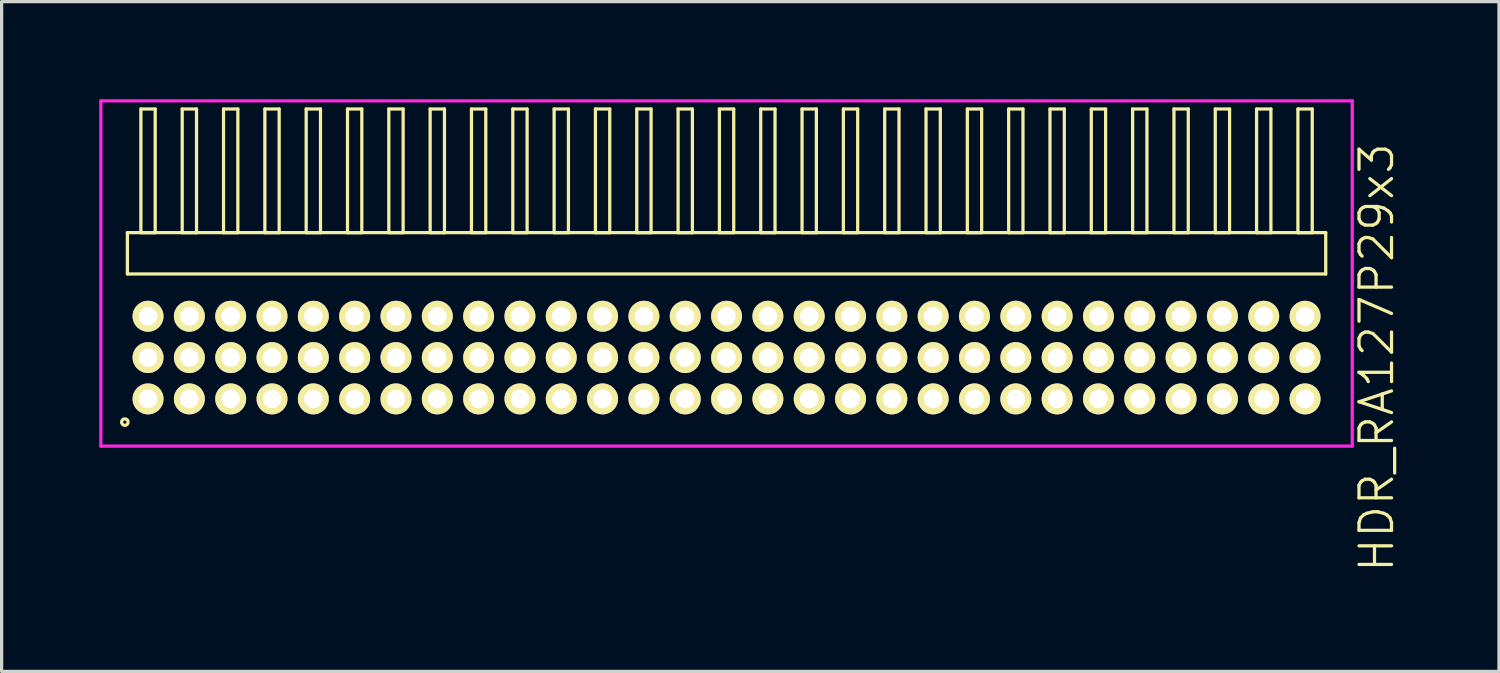
<source format=kicad_pcb>
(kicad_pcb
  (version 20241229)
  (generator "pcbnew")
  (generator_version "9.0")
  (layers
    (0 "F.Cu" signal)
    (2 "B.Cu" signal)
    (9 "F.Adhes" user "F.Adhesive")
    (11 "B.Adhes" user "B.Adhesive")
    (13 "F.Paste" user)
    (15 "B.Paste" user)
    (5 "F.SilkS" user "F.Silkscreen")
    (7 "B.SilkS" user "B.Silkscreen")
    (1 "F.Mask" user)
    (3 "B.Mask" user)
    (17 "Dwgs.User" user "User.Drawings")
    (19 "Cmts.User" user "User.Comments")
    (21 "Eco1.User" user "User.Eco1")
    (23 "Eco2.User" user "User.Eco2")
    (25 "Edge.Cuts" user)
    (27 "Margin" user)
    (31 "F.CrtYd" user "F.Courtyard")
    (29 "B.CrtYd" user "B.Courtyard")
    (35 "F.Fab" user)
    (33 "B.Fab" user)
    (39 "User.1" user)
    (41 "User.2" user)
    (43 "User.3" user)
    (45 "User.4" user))
  (footprint "HDR_RA127P29x3"
    (layer "F.Cu")
    (at 19.28 7.94)
    (property "Reference" "HDR_RA127P29x3" (at 19.98 0 90) (layer "F.SilkS") (effects (font (size 1 1) (thickness 0.1))))
    (attr through_hole)
    (fp_line (start -18.415 -3.84) (end -18.415 -2.57) (stroke (width 0.1) (type solid)) (layer "F.SilkS"))
    (fp_line (start -18.415 -2.57) (end 18.415 -2.57) (stroke (width 0.1) (type solid)) (layer "F.SilkS"))
    (fp_line (start -18 -7.64) (end -18 -3.84) (stroke (width 0.1) (type solid)) (layer "F.SilkS"))
    (fp_line (start -18 -3.84) (end -17.56 -3.84) (stroke (width 0.1) (type solid)) (layer "F.SilkS"))
    (fp_line (start -17.56 -7.64) (end -18 -7.64) (stroke (width 0.1) (type solid)) (layer "F.SilkS"))
    (fp_line (start -17.56 -3.84) (end -17.56 -7.64) (stroke (width 0.1) (type solid)) (layer "F.SilkS"))
    (fp_line (start -16.73 -7.64) (end -16.73 -3.84) (stroke (width 0.1) (type solid)) (layer "F.SilkS"))
    (fp_line (start -16.73 -3.84) (end -16.29 -3.84) (stroke (width 0.1) (type solid)) (layer "F.SilkS"))
    (fp_line (start -16.29 -7.64) (end -16.73 -7.64) (stroke (width 0.1) (type solid)) (layer "F.SilkS"))
    (fp_line (start -16.29 -3.84) (end -16.29 -7.64) (stroke (width 0.1) (type solid)) (layer "F.SilkS"))
    (fp_line (start -15.46 -7.64) (end -15.46 -3.84) (stroke (width 0.1) (type solid)) (layer "F.SilkS"))
    (fp_line (start -15.46 -3.84) (end -15.02 -3.84) (stroke (width 0.1) (type solid)) (layer "F.SilkS"))
    (fp_line (start -15.02 -7.64) (end -15.46 -7.64) (stroke (width 0.1) (type solid)) (layer "F.SilkS"))
    (fp_line (start -15.02 -3.84) (end -15.02 -7.64) (stroke (width 0.1) (type solid)) (layer "F.SilkS"))
    (fp_line (start -14.19 -7.64) (end -14.19 -3.84) (stroke (width 0.1) (type solid)) (layer "F.SilkS"))
    (fp_line (start -14.19 -3.84) (end -13.75 -3.84) (stroke (width 0.1) (type solid)) (layer "F.SilkS"))
    (fp_line (start -13.75 -7.64) (end -14.19 -7.64) (stroke (width 0.1) (type solid)) (layer "F.SilkS"))
    (fp_line (start -13.75 -3.84) (end -13.75 -7.64) (stroke (width 0.1) (type solid)) (layer "F.SilkS"))
    (fp_line (start -12.92 -7.64) (end -12.92 -3.84) (stroke (width 0.1) (type solid)) (layer "F.SilkS"))
    (fp_line (start -12.92 -3.84) (end -12.48 -3.84) (stroke (width 0.1) (type solid)) (layer "F.SilkS"))
    (fp_line (start -12.48 -7.64) (end -12.92 -7.64) (stroke (width 0.1) (type solid)) (layer "F.SilkS"))
    (fp_line (start -12.48 -3.84) (end -12.48 -7.64) (stroke (width 0.1) (type solid)) (layer "F.SilkS"))
    (fp_line (start -11.65 -7.64) (end -11.65 -3.84) (stroke (width 0.1) (type solid)) (layer "F.SilkS"))
    (fp_line (start -11.65 -3.84) (end -11.21 -3.84) (stroke (width 0.1) (type solid)) (layer "F.SilkS"))
    (fp_line (start -11.21 -7.64) (end -11.65 -7.64) (stroke (width 0.1) (type solid)) (layer "F.SilkS"))
    (fp_line (start -11.21 -3.84) (end -11.21 -7.64) (stroke (width 0.1) (type solid)) (layer "F.SilkS"))
    (fp_line (start -10.38 -7.64) (end -10.38 -3.84) (stroke (width 0.1) (type solid)) (layer "F.SilkS"))
    (fp_line (start -10.38 -3.84) (end -9.94 -3.84) (stroke (width 0.1) (type solid)) (layer "F.SilkS"))
    (fp_line (start -9.94 -7.64) (end -10.38 -7.64) (stroke (width 0.1) (type solid)) (layer "F.SilkS"))
    (fp_line (start -9.94 -3.84) (end -9.94 -7.64) (stroke (width 0.1) (type solid)) (layer "F.SilkS"))
    (fp_line (start -9.11 -7.64) (end -9.11 -3.84) (stroke (width 0.1) (type solid)) (layer "F.SilkS"))
    (fp_line (start -9.11 -3.84) (end -8.67 -3.84) (stroke (width 0.1) (type solid)) (layer "F.SilkS"))
    (fp_line (start -8.67 -7.64) (end -9.11 -7.64) (stroke (width 0.1) (type solid)) (layer "F.SilkS"))
    (fp_line (start -8.67 -3.84) (end -8.67 -7.64) (stroke (width 0.1) (type solid)) (layer "F.SilkS"))
    (fp_line (start -7.84 -7.64) (end -7.84 -3.84) (stroke (width 0.1) (type solid)) (layer "F.SilkS"))
    (fp_line (start -7.84 -3.84) (end -7.4 -3.84) (stroke (width 0.1) (type solid)) (layer "F.SilkS"))
    (fp_line (start -7.4 -7.64) (end -7.84 -7.64) (stroke (width 0.1) (type solid)) (layer "F.SilkS"))
    (fp_line (start -7.4 -3.84) (end -7.4 -7.64) (stroke (width 0.1) (type solid)) (layer "F.SilkS"))
    (fp_line (start -6.57 -7.64) (end -6.57 -3.84) (stroke (width 0.1) (type solid)) (layer "F.SilkS"))
    (fp_line (start -6.57 -3.84) (end -6.13 -3.84) (stroke (width 0.1) (type solid)) (layer "F.SilkS"))
    (fp_line (start -6.13 -7.64) (end -6.57 -7.64) (stroke (width 0.1) (type solid)) (layer "F.SilkS"))
    (fp_line (start -6.13 -3.84) (end -6.13 -7.64) (stroke (width 0.1) (type solid)) (layer "F.SilkS"))
    (fp_line (start -5.3 -7.64) (end -5.3 -3.84) (stroke (width 0.1) (type solid)) (layer "F.SilkS"))
    (fp_line (start -5.3 -3.84) (end -4.86 -3.84) (stroke (width 0.1) (type solid)) (layer "F.SilkS"))
    (fp_line (start -4.86 -7.64) (end -5.3 -7.64) (stroke (width 0.1) (type solid)) (layer "F.SilkS"))
    (fp_line (start -4.86 -3.84) (end -4.86 -7.64) (stroke (width 0.1) (type solid)) (layer "F.SilkS"))
    (fp_line (start -4.03 -7.64) (end -4.03 -3.84) (stroke (width 0.1) (type solid)) (layer "F.SilkS"))
    (fp_line (start -4.03 -3.84) (end -3.59 -3.84) (stroke (width 0.1) (type solid)) (layer "F.SilkS"))
    (fp_line (start -3.59 -7.64) (end -4.03 -7.64) (stroke (width 0.1) (type solid)) (layer "F.SilkS"))
    (fp_line (start -3.59 -3.84) (end -3.59 -7.64) (stroke (width 0.1) (type solid)) (layer "F.SilkS"))
    (fp_line (start -2.76 -7.64) (end -2.76 -3.84) (stroke (width 0.1) (type solid)) (layer "F.SilkS"))
    (fp_line (start -2.76 -3.84) (end -2.32 -3.84) (stroke (width 0.1) (type solid)) (layer "F.SilkS"))
    (fp_line (start -2.32 -7.64) (end -2.76 -7.64) (stroke (width 0.1) (type solid)) (layer "F.SilkS"))
    (fp_line (start -2.32 -3.84) (end -2.32 -7.64) (stroke (width 0.1) (type solid)) (layer "F.SilkS"))
    (fp_line (start -1.49 -7.64) (end -1.49 -3.84) (stroke (width 0.1) (type solid)) (layer "F.SilkS"))
    (fp_line (start -1.49 -3.84) (end -1.05 -3.84) (stroke (width 0.1) (type solid)) (layer "F.SilkS"))
    (fp_line (start -1.05 -7.64) (end -1.49 -7.64) (stroke (width 0.1) (type solid)) (layer "F.SilkS"))
    (fp_line (start -1.05 -3.84) (end -1.05 -7.64) (stroke (width 0.1) (type solid)) (layer "F.SilkS"))
    (fp_line (start -0.22 -7.64) (end -0.22 -3.84) (stroke (width 0.1) (type solid)) (layer "F.SilkS"))
    (fp_line (start -0.22 -3.84) (end 0.22 -3.84) (stroke (width 0.1) (type solid)) (layer "F.SilkS"))
    (fp_line (start 0.22 -7.64) (end -0.22 -7.64) (stroke (width 0.1) (type solid)) (layer "F.SilkS"))
    (fp_line (start 0.22 -3.84) (end 0.22 -7.64) (stroke (width 0.1) (type solid)) (layer "F.SilkS"))
    (fp_line (start 1.05 -7.64) (end 1.05 -3.84) (stroke (width 0.1) (type solid)) (layer "F.SilkS"))
    (fp_line (start 1.05 -3.84) (end 1.49 -3.84) (stroke (width 0.1) (type solid)) (layer "F.SilkS"))
    (fp_line (start 1.49 -7.64) (end 1.05 -7.64) (stroke (width 0.1) (type solid)) (layer "F.SilkS"))
    (fp_line (start 1.49 -3.84) (end 1.49 -7.64) (stroke (width 0.1) (type solid)) (layer "F.SilkS"))
    (fp_line (start 2.32 -7.64) (end 2.32 -3.84) (stroke (width 0.1) (type solid)) (layer "F.SilkS"))
    (fp_line (start 2.32 -3.84) (end 2.76 -3.84) (stroke (width 0.1) (type solid)) (layer "F.SilkS"))
    (fp_line (start 2.76 -7.64) (end 2.32 -7.64) (stroke (width 0.1) (type solid)) (layer "F.SilkS"))
    (fp_line (start 2.76 -3.84) (end 2.76 -7.64) (stroke (width 0.1) (type solid)) (layer "F.SilkS"))
    (fp_line (start 3.59 -7.64) (end 3.59 -3.84) (stroke (width 0.1) (type solid)) (layer "F.SilkS"))
    (fp_line (start 3.59 -3.84) (end 4.03 -3.84) (stroke (width 0.1) (type solid)) (layer "F.SilkS"))
    (fp_line (start 4.03 -7.64) (end 3.59 -7.64) (stroke (width 0.1) (type solid)) (layer "F.SilkS"))
    (fp_line (start 4.03 -3.84) (end 4.03 -7.64) (stroke (width 0.1) (type solid)) (layer "F.SilkS"))
    (fp_line (start 4.86 -7.64) (end 4.86 -3.84) (stroke (width 0.1) (type solid)) (layer "F.SilkS"))
    (fp_line (start 4.86 -3.84) (end 5.3 -3.84) (stroke (width 0.1) (type solid)) (layer "F.SilkS"))
    (fp_line (start 5.3 -7.64) (end 4.86 -7.64) (stroke (width 0.1) (type solid)) (layer "F.SilkS"))
    (fp_line (start 5.3 -3.84) (end 5.3 -7.64) (stroke (width 0.1) (type solid)) (layer "F.SilkS"))
    (fp_line (start 6.13 -7.64) (end 6.13 -3.84) (stroke (width 0.1) (type solid)) (layer "F.SilkS"))
    (fp_line (start 6.13 -3.84) (end 6.57 -3.84) (stroke (width 0.1) (type solid)) (layer "F.SilkS"))
    (fp_line (start 6.57 -7.64) (end 6.13 -7.64) (stroke (width 0.1) (type solid)) (layer "F.SilkS"))
    (fp_line (start 6.57 -3.84) (end 6.57 -7.64) (stroke (width 0.1) (type solid)) (layer "F.SilkS"))
    (fp_line (start 7.4 -7.64) (end 7.4 -3.84) (stroke (width 0.1) (type solid)) (layer "F.SilkS"))
    (fp_line (start 7.4 -3.84) (end 7.84 -3.84) (stroke (width 0.1) (type solid)) (layer "F.SilkS"))
    (fp_line (start 7.84 -7.64) (end 7.4 -7.64) (stroke (width 0.1) (type solid)) (layer "F.SilkS"))
    (fp_line (start 7.84 -3.84) (end 7.84 -7.64) (stroke (width 0.1) (type solid)) (layer "F.SilkS"))
    (fp_line (start 8.67 -7.64) (end 8.67 -3.84) (stroke (width 0.1) (type solid)) (layer "F.SilkS"))
    (fp_line (start 8.67 -3.84) (end 9.11 -3.84) (stroke (width 0.1) (type solid)) (layer "F.SilkS"))
    (fp_line (start 9.11 -7.64) (end 8.67 -7.64) (stroke (width 0.1) (type solid)) (layer "F.SilkS"))
    (fp_line (start 9.11 -3.84) (end 9.11 -7.64) (stroke (width 0.1) (type solid)) (layer "F.SilkS"))
    (fp_line (start 9.94 -7.64) (end 9.94 -3.84) (stroke (width 0.1) (type solid)) (layer "F.SilkS"))
    (fp_line (start 9.94 -3.84) (end 10.38 -3.84) (stroke (width 0.1) (type solid)) (layer "F.SilkS"))
    (fp_line (start 10.38 -7.64) (end 9.94 -7.64) (stroke (width 0.1) (type solid)) (layer "F.SilkS"))
    (fp_line (start 10.38 -3.84) (end 10.38 -7.64) (stroke (width 0.1) (type solid)) (layer "F.SilkS"))
    (fp_line (start 11.21 -7.64) (end 11.21 -3.84) (stroke (width 0.1) (type solid)) (layer "F.SilkS"))
    (fp_line (start 11.21 -3.84) (end 11.65 -3.84) (stroke (width 0.1) (type solid)) (layer "F.SilkS"))
    (fp_line (start 11.65 -7.64) (end 11.21 -7.64) (stroke (width 0.1) (type solid)) (layer "F.SilkS"))
    (fp_line (start 11.65 -3.84) (end 11.65 -7.64) (stroke (width 0.1) (type solid)) (layer "F.SilkS"))
    (fp_line (start 12.48 -7.64) (end 12.48 -3.84) (stroke (width 0.1) (type solid)) (layer "F.SilkS"))
    (fp_line (start 12.48 -3.84) (end 12.92 -3.84) (stroke (width 0.1) (type solid)) (layer "F.SilkS"))
    (fp_line (start 12.92 -7.64) (end 12.48 -7.64) (stroke (width 0.1) (type solid)) (layer "F.SilkS"))
    (fp_line (start 12.92 -3.84) (end 12.92 -7.64) (stroke (width 0.1) (type solid)) (layer "F.SilkS"))
    (fp_line (start 13.75 -7.64) (end 13.75 -3.84) (stroke (width 0.1) (type solid)) (layer "F.SilkS"))
    (fp_line (start 13.75 -3.84) (end 14.19 -3.84) (stroke (width 0.1) (type solid)) (layer "F.SilkS"))
    (fp_line (start 14.19 -7.64) (end 13.75 -7.64) (stroke (width 0.1) (type solid)) (layer "F.SilkS"))
    (fp_line (start 14.19 -3.84) (end 14.19 -7.64) (stroke (width 0.1) (type solid)) (layer "F.SilkS"))
    (fp_line (start 15.02 -7.64) (end 15.02 -3.84) (stroke (width 0.1) (type solid)) (layer "F.SilkS"))
    (fp_line (start 15.02 -3.84) (end 15.46 -3.84) (stroke (width 0.1) (type solid)) (layer "F.SilkS"))
    (fp_line (start 15.46 -7.64) (end 15.02 -7.64) (stroke (width 0.1) (type solid)) (layer "F.SilkS"))
    (fp_line (start 15.46 -3.84) (end 15.46 -7.64) (stroke (width 0.1) (type solid)) (layer "F.SilkS"))
    (fp_line (start 16.29 -7.64) (end 16.29 -3.84) (stroke (width 0.1) (type solid)) (layer "F.SilkS"))
    (fp_line (start 16.29 -3.84) (end 16.73 -3.84) (stroke (width 0.1) (type solid)) (layer "F.SilkS"))
    (fp_line (start 16.73 -7.64) (end 16.29 -7.64) (stroke (width 0.1) (type solid)) (layer "F.SilkS"))
    (fp_line (start 16.73 -3.84) (end 16.73 -7.64) (stroke (width 0.1) (type solid)) (layer "F.SilkS"))
    (fp_line (start 17.56 -7.64) (end 17.56 -3.84) (stroke (width 0.1) (type solid)) (layer "F.SilkS"))
    (fp_line (start 17.56 -3.84) (end 18 -3.84) (stroke (width 0.1) (type solid)) (layer "F.SilkS"))
    (fp_line (start 18 -7.64) (end 17.56 -7.64) (stroke (width 0.1) (type solid)) (layer "F.SilkS"))
    (fp_line (start 18 -3.84) (end 18 -7.64) (stroke (width 0.1) (type solid)) (layer "F.SilkS"))
    (fp_line (start 18.415 -3.84) (end -18.415 -3.84) (stroke (width 0.1) (type solid)) (layer "F.SilkS"))
    (fp_line (start 18.415 -2.57) (end 18.415 -3.84) (stroke (width 0.1) (type solid)) (layer "F.SilkS"))
    (fp_circle (center -18.493 1.983) (end -18.393 1.983) (stroke (width 0.1) (type solid)) (fill no) (layer "F.SilkS"))
    (fp_line (start -19.23 -7.89) (end -19.23 2.72) (stroke (width 0.1) (type solid)) (layer "F.CrtYd"))
    (fp_line (start -19.23 2.72) (end 19.23 2.72) (stroke (width 0.1) (type solid)) (layer "F.CrtYd"))
    (fp_line (start 19.23 -7.89) (end -19.23 -7.89) (stroke (width 0.1) (type solid)) (layer "F.CrtYd"))
    (fp_line (start 19.23 2.72) (end 19.23 -7.89) (stroke (width 0.1) (type solid)) (layer "F.CrtYd"))
    (pad "1" thru_hole oval (at -17.78 1.27) (size 0.95 0.95) (drill 0.57) (layers "*.Cu" "*.Mask" "F.SilkS"))
    (pad "2" thru_hole oval (at -17.78 0) (size 0.95 0.95) (drill 0.57) (layers "*.Cu" "*.Mask" "F.SilkS"))
    (pad "3" thru_hole oval (at -17.78 -1.27) (size 0.95 0.95) (drill 0.57) (layers "*.Cu" "*.Mask" "F.SilkS"))
    (pad "4" thru_hole oval (at -16.51 1.27) (size 0.95 0.95) (drill 0.57) (layers "*.Cu" "*.Mask" "F.SilkS"))
    (pad "5" thru_hole oval (at -16.51 0) (size 0.95 0.95) (drill 0.57) (layers "*.Cu" "*.Mask" "F.SilkS"))
    (pad "6" thru_hole oval (at -16.51 -1.27) (size 0.95 0.95) (drill 0.57) (layers "*.Cu" "*.Mask" "F.SilkS"))
    (pad "7" thru_hole oval (at -15.24 1.27) (size 0.95 0.95) (drill 0.57) (layers "*.Cu" "*.Mask" "F.SilkS"))
    (pad "8" thru_hole oval (at -15.24 0) (size 0.95 0.95) (drill 0.57) (layers "*.Cu" "*.Mask" "F.SilkS"))
    (pad "9" thru_hole oval (at -15.24 -1.27) (size 0.95 0.95) (drill 0.57) (layers "*.Cu" "*.Mask" "F.SilkS"))
    (pad "10" thru_hole oval (at -13.97 1.27) (size 0.95 0.95) (drill 0.57) (layers "*.Cu" "*.Mask" "F.SilkS"))
    (pad "11" thru_hole oval (at -13.97 0) (size 0.95 0.95) (drill 0.57) (layers "*.Cu" "*.Mask" "F.SilkS"))
    (pad "12" thru_hole oval (at -13.97 -1.27) (size 0.95 0.95) (drill 0.57) (layers "*.Cu" "*.Mask" "F.SilkS"))
    (pad "13" thru_hole oval (at -12.7 1.27) (size 0.95 0.95) (drill 0.57) (layers "*.Cu" "*.Mask" "F.SilkS"))
    (pad "14" thru_hole oval (at -12.7 0) (size 0.95 0.95) (drill 0.57) (layers "*.Cu" "*.Mask" "F.SilkS"))
    (pad "15" thru_hole oval (at -12.7 -1.27) (size 0.95 0.95) (drill 0.57) (layers "*.Cu" "*.Mask" "F.SilkS"))
    (pad "16" thru_hole oval (at -11.43 1.27) (size 0.95 0.95) (drill 0.57) (layers "*.Cu" "*.Mask" "F.SilkS"))
    (pad "17" thru_hole oval (at -11.43 0) (size 0.95 0.95) (drill 0.57) (layers "*.Cu" "*.Mask" "F.SilkS"))
    (pad "18" thru_hole oval (at -11.43 -1.27) (size 0.95 0.95) (drill 0.57) (layers "*.Cu" "*.Mask" "F.SilkS"))
    (pad "19" thru_hole oval (at -10.16 1.27) (size 0.95 0.95) (drill 0.57) (layers "*.Cu" "*.Mask" "F.SilkS"))
    (pad "20" thru_hole oval (at -10.16 0) (size 0.95 0.95) (drill 0.57) (layers "*.Cu" "*.Mask" "F.SilkS"))
    (pad "21" thru_hole oval (at -10.16 -1.27) (size 0.95 0.95) (drill 0.57) (layers "*.Cu" "*.Mask" "F.SilkS"))
    (pad "22" thru_hole oval (at -8.89 1.27) (size 0.95 0.95) (drill 0.57) (layers "*.Cu" "*.Mask" "F.SilkS"))
    (pad "23" thru_hole oval (at -8.89 0) (size 0.95 0.95) (drill 0.57) (layers "*.Cu" "*.Mask" "F.SilkS"))
    (pad "24" thru_hole oval (at -8.89 -1.27) (size 0.95 0.95) (drill 0.57) (layers "*.Cu" "*.Mask" "F.SilkS"))
    (pad "25" thru_hole oval (at -7.62 1.27) (size 0.95 0.95) (drill 0.57) (layers "*.Cu" "*.Mask" "F.SilkS"))
    (pad "26" thru_hole oval (at -7.62 0) (size 0.95 0.95) (drill 0.57) (layers "*.Cu" "*.Mask" "F.SilkS"))
    (pad "27" thru_hole oval (at -7.62 -1.27) (size 0.95 0.95) (drill 0.57) (layers "*.Cu" "*.Mask" "F.SilkS"))
    (pad "28" thru_hole oval (at -6.35 1.27) (size 0.95 0.95) (drill 0.57) (layers "*.Cu" "*.Mask" "F.SilkS"))
    (pad "29" thru_hole oval (at -6.35 0) (size 0.95 0.95) (drill 0.57) (layers "*.Cu" "*.Mask" "F.SilkS"))
    (pad "30" thru_hole oval (at -6.35 -1.27) (size 0.95 0.95) (drill 0.57) (layers "*.Cu" "*.Mask" "F.SilkS"))
    (pad "31" thru_hole oval (at -5.08 1.27) (size 0.95 0.95) (drill 0.57) (layers "*.Cu" "*.Mask" "F.SilkS"))
    (pad "32" thru_hole oval (at -5.08 0) (size 0.95 0.95) (drill 0.57) (layers "*.Cu" "*.Mask" "F.SilkS"))
    (pad "33" thru_hole oval (at -5.08 -1.27) (size 0.95 0.95) (drill 0.57) (layers "*.Cu" "*.Mask" "F.SilkS"))
    (pad "34" thru_hole oval (at -3.81 1.27) (size 0.95 0.95) (drill 0.57) (layers "*.Cu" "*.Mask" "F.SilkS"))
    (pad "35" thru_hole oval (at -3.81 0) (size 0.95 0.95) (drill 0.57) (layers "*.Cu" "*.Mask" "F.SilkS"))
    (pad "36" thru_hole oval (at -3.81 -1.27) (size 0.95 0.95) (drill 0.57) (layers "*.Cu" "*.Mask" "F.SilkS"))
    (pad "37" thru_hole oval (at -2.54 1.27) (size 0.95 0.95) (drill 0.57) (layers "*.Cu" "*.Mask" "F.SilkS"))
    (pad "38" thru_hole oval (at -2.54 0) (size 0.95 0.95) (drill 0.57) (layers "*.Cu" "*.Mask" "F.SilkS"))
    (pad "39" thru_hole oval (at -2.54 -1.27) (size 0.95 0.95) (drill 0.57) (layers "*.Cu" "*.Mask" "F.SilkS"))
    (pad "40" thru_hole oval (at -1.27 1.27) (size 0.95 0.95) (drill 0.57) (layers "*.Cu" "*.Mask" "F.SilkS"))
    (pad "41" thru_hole oval (at -1.27 0) (size 0.95 0.95) (drill 0.57) (layers "*.Cu" "*.Mask" "F.SilkS"))
    (pad "42" thru_hole oval (at -1.27 -1.27) (size 0.95 0.95) (drill 0.57) (layers "*.Cu" "*.Mask" "F.SilkS"))
    (pad "43" thru_hole oval (at 0 1.27) (size 0.95 0.95) (drill 0.57) (layers "*.Cu" "*.Mask" "F.SilkS"))
    (pad "44" thru_hole oval (at 0 0) (size 0.95 0.95) (drill 0.57) (layers "*.Cu" "*.Mask" "F.SilkS"))
    (pad "45" thru_hole oval (at 0 -1.27) (size 0.95 0.95) (drill 0.57) (layers "*.Cu" "*.Mask" "F.SilkS"))
    (pad "46" thru_hole oval (at 1.27 1.27) (size 0.95 0.95) (drill 0.57) (layers "*.Cu" "*.Mask" "F.SilkS"))
    (pad "47" thru_hole oval (at 1.27 0) (size 0.95 0.95) (drill 0.57) (layers "*.Cu" "*.Mask" "F.SilkS"))
    (pad "48" thru_hole oval (at 1.27 -1.27) (size 0.95 0.95) (drill 0.57) (layers "*.Cu" "*.Mask" "F.SilkS"))
    (pad "49" thru_hole oval (at 2.54 1.27) (size 0.95 0.95) (drill 0.57) (layers "*.Cu" "*.Mask" "F.SilkS"))
    (pad "50" thru_hole oval (at 2.54 0) (size 0.95 0.95) (drill 0.57) (layers "*.Cu" "*.Mask" "F.SilkS"))
    (pad "51" thru_hole oval (at 2.54 -1.27) (size 0.95 0.95) (drill 0.57) (layers "*.Cu" "*.Mask" "F.SilkS"))
    (pad "52" thru_hole oval (at 3.81 1.27) (size 0.95 0.95) (drill 0.57) (layers "*.Cu" "*.Mask" "F.SilkS"))
    (pad "53" thru_hole oval (at 3.81 0) (size 0.95 0.95) (drill 0.57) (layers "*.Cu" "*.Mask" "F.SilkS"))
    (pad "54" thru_hole oval (at 3.81 -1.27) (size 0.95 0.95) (drill 0.57) (layers "*.Cu" "*.Mask" "F.SilkS"))
    (pad "55" thru_hole oval (at 5.08 1.27) (size 0.95 0.95) (drill 0.57) (layers "*.Cu" "*.Mask" "F.SilkS"))
    (pad "56" thru_hole oval (at 5.08 0) (size 0.95 0.95) (drill 0.57) (layers "*.Cu" "*.Mask" "F.SilkS"))
    (pad "57" thru_hole oval (at 5.08 -1.27) (size 0.95 0.95) (drill 0.57) (layers "*.Cu" "*.Mask" "F.SilkS"))
    (pad "58" thru_hole oval (at 6.35 1.27) (size 0.95 0.95) (drill 0.57) (layers "*.Cu" "*.Mask" "F.SilkS"))
    (pad "59" thru_hole oval (at 6.35 0) (size 0.95 0.95) (drill 0.57) (layers "*.Cu" "*.Mask" "F.SilkS"))
    (pad "60" thru_hole oval (at 6.35 -1.27) (size 0.95 0.95) (drill 0.57) (layers "*.Cu" "*.Mask" "F.SilkS"))
    (pad "61" thru_hole oval (at 7.62 1.27) (size 0.95 0.95) (drill 0.57) (layers "*.Cu" "*.Mask" "F.SilkS"))
    (pad "62" thru_hole oval (at 7.62 0) (size 0.95 0.95) (drill 0.57) (layers "*.Cu" "*.Mask" "F.SilkS"))
    (pad "63" thru_hole oval (at 7.62 -1.27) (size 0.95 0.95) (drill 0.57) (layers "*.Cu" "*.Mask" "F.SilkS"))
    (pad "64" thru_hole oval (at 8.89 1.27) (size 0.95 0.95) (drill 0.57) (layers "*.Cu" "*.Mask" "F.SilkS"))
    (pad "65" thru_hole oval (at 8.89 0) (size 0.95 0.95) (drill 0.57) (layers "*.Cu" "*.Mask" "F.SilkS"))
    (pad "66" thru_hole oval (at 8.89 -1.27) (size 0.95 0.95) (drill 0.57) (layers "*.Cu" "*.Mask" "F.SilkS"))
    (pad "67" thru_hole oval (at 10.16 1.27) (size 0.95 0.95) (drill 0.57) (layers "*.Cu" "*.Mask" "F.SilkS"))
    (pad "68" thru_hole oval (at 10.16 0) (size 0.95 0.95) (drill 0.57) (layers "*.Cu" "*.Mask" "F.SilkS"))
    (pad "69" thru_hole oval (at 10.16 -1.27) (size 0.95 0.95) (drill 0.57) (layers "*.Cu" "*.Mask" "F.SilkS"))
    (pad "70" thru_hole oval (at 11.43 1.27) (size 0.95 0.95) (drill 0.57) (layers "*.Cu" "*.Mask" "F.SilkS"))
    (pad "71" thru_hole oval (at 11.43 0) (size 0.95 0.95) (drill 0.57) (layers "*.Cu" "*.Mask" "F.SilkS"))
    (pad "72" thru_hole oval (at 11.43 -1.27) (size 0.95 0.95) (drill 0.57) (layers "*.Cu" "*.Mask" "F.SilkS"))
    (pad "73" thru_hole oval (at 12.7 1.27) (size 0.95 0.95) (drill 0.57) (layers "*.Cu" "*.Mask" "F.SilkS"))
    (pad "74" thru_hole oval (at 12.7 0) (size 0.95 0.95) (drill 0.57) (layers "*.Cu" "*.Mask" "F.SilkS"))
    (pad "75" thru_hole oval (at 12.7 -1.27) (size 0.95 0.95) (drill 0.57) (layers "*.Cu" "*.Mask" "F.SilkS"))
    (pad "76" thru_hole oval (at 13.97 1.27) (size 0.95 0.95) (drill 0.57) (layers "*.Cu" "*.Mask" "F.SilkS"))
    (pad "77" thru_hole oval (at 13.97 0) (size 0.95 0.95) (drill 0.57) (layers "*.Cu" "*.Mask" "F.SilkS"))
    (pad "78" thru_hole oval (at 13.97 -1.27) (size 0.95 0.95) (drill 0.57) (layers "*.Cu" "*.Mask" "F.SilkS"))
    (pad "79" thru_hole oval (at 15.24 1.27) (size 0.95 0.95) (drill 0.57) (layers "*.Cu" "*.Mask" "F.SilkS"))
    (pad "80" thru_hole oval (at 15.24 0) (size 0.95 0.95) (drill 0.57) (layers "*.Cu" "*.Mask" "F.SilkS"))
    (pad "81" thru_hole oval (at 15.24 -1.27) (size 0.95 0.95) (drill 0.57) (layers "*.Cu" "*.Mask" "F.SilkS"))
    (pad "82" thru_hole oval (at 16.51 1.27) (size 0.95 0.95) (drill 0.57) (layers "*.Cu" "*.Mask" "F.SilkS"))
    (pad "83" thru_hole oval (at 16.51 0) (size 0.95 0.95) (drill 0.57) (layers "*.Cu" "*.Mask" "F.SilkS"))
    (pad "84" thru_hole oval (at 16.51 -1.27) (size 0.95 0.95) (drill 0.57) (layers "*.Cu" "*.Mask" "F.SilkS"))
    (pad "85" thru_hole oval (at 17.78 1.27) (size 0.95 0.95) (drill 0.57) (layers "*.Cu" "*.Mask" "F.SilkS"))
    (pad "86" thru_hole oval (at 17.78 0) (size 0.95 0.95) (drill 0.57) (layers "*.Cu" "*.Mask" "F.SilkS"))
    (pad "87" thru_hole oval (at 17.78 -1.27) (size 0.95 0.95) (drill 0.57) (layers "*.Cu" "*.Mask" "F.SilkS")))
  (gr_rect
    (start -3 -3)
    (end 43.02 17.585)
    (stroke (width 0.1) (type default))
    (fill no)
    (layer "Edge.Cuts")))
</source>
